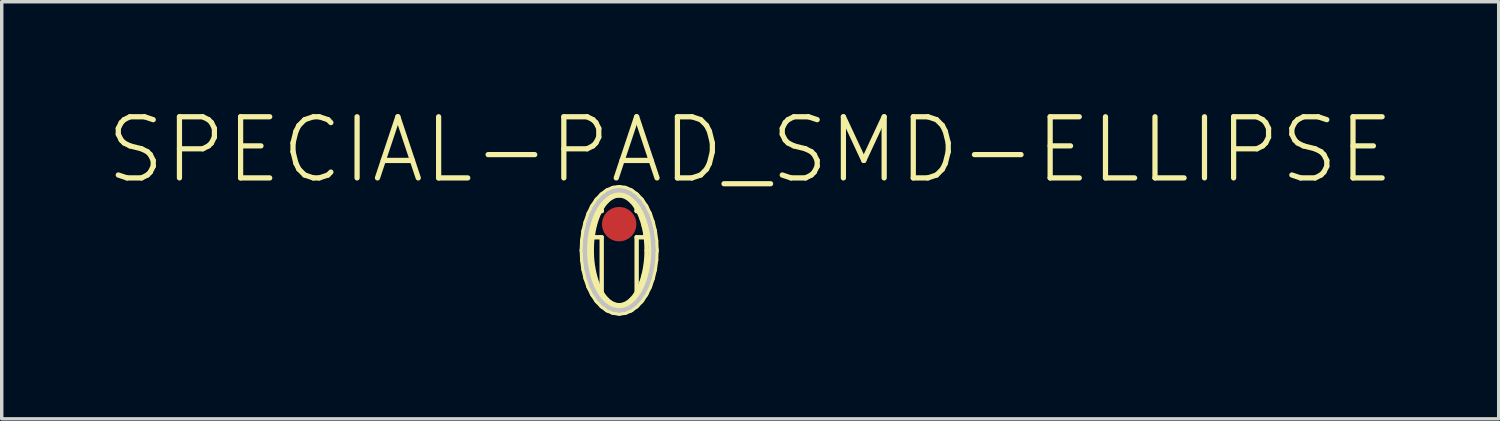
<source format=kicad_pcb>
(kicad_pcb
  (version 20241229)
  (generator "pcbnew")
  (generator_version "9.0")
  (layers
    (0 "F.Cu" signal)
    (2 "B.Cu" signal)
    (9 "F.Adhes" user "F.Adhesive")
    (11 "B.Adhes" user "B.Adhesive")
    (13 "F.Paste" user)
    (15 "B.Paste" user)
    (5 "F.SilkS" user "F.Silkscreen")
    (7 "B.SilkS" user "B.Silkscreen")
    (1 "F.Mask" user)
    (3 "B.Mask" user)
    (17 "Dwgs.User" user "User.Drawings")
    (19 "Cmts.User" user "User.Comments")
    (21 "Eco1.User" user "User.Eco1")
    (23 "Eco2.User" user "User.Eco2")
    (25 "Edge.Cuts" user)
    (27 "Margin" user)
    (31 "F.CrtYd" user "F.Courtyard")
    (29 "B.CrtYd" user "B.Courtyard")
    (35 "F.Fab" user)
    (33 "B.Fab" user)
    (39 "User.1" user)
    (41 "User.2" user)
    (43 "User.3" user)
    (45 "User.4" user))
  (footprint "SPECIAL-PAD_SMD-ELLIPSE"
    (layer "F.Cu")
    (at 14.952 3.467)
    (property "Reference" "SPECIAL-PAD_SMD-ELLIPSE" (at 3.81 -2.159 0) (layer "F.SilkS") (effects (font (size 1.778 1.778) (thickness 0.152))))
    (attr smd)
    (fp_line (start -1.016 0.381) (end -1.016 1.016) (stroke (width 0.127) (type solid)) (layer "F.SilkS"))
    (fp_line (start -1.016 1.016) (end -0.889 1.778) (stroke (width 0.127) (type solid)) (layer "F.SilkS"))
    (fp_line (start -0.998 0.762) (end -0.986 1.034) (stroke (width 0.302) (type solid)) (layer "F.SilkS"))
    (fp_line (start -0.986 0.488) (end -0.998 0.762) (stroke (width 0.302) (type solid)) (layer "F.SilkS"))
    (fp_line (start -0.986 1.034) (end -0.95 1.3) (stroke (width 0.302) (type solid)) (layer "F.SilkS"))
    (fp_line (start -0.95 0.221) (end -0.986 0.488) (stroke (width 0.302) (type solid)) (layer "F.SilkS"))
    (fp_line (start -0.95 1.3) (end -0.889 1.554) (stroke (width 0.302) (type solid)) (layer "F.SilkS"))
    (fp_line (start -0.889 -0.03) (end -0.95 0.221) (stroke (width 0.302) (type solid)) (layer "F.SilkS"))
    (fp_line (start -0.889 1.554) (end -0.808 1.791) (stroke (width 0.302) (type solid)) (layer "F.SilkS"))
    (fp_line (start -0.889 1.778) (end -0.635 2.159) (stroke (width 0.127) (type solid)) (layer "F.SilkS"))
    (fp_line (start -0.808 -0.267) (end -0.889 -0.03) (stroke (width 0.302) (type solid)) (layer "F.SilkS"))
    (fp_line (start -0.808 1.791) (end -0.706 1.999) (stroke (width 0.302) (type solid)) (layer "F.SilkS"))
    (fp_line (start -0.798 0.762) (end -0.79 1.011) (stroke (width 0.127) (type solid)) (layer "F.SilkS"))
    (fp_line (start -0.79 0.511) (end -0.798 0.762) (stroke (width 0.127) (type solid)) (layer "F.SilkS"))
    (fp_line (start -0.79 1.011) (end -0.759 1.255) (stroke (width 0.127) (type solid)) (layer "F.SilkS"))
    (fp_line (start -0.762 -0.381) (end -0.508 -0.381) (stroke (width 0.127) (type solid)) (layer "F.SilkS"))
    (fp_line (start -0.759 0.267) (end -0.79 0.511) (stroke (width 0.127) (type solid)) (layer "F.SilkS"))
    (fp_line (start -0.759 1.255) (end -0.711 1.486) (stroke (width 0.127) (type solid)) (layer "F.SilkS"))
    (fp_line (start -0.711 0.036) (end -0.759 0.267) (stroke (width 0.127) (type solid)) (layer "F.SilkS"))
    (fp_line (start -0.711 1.486) (end -0.645 1.702) (stroke (width 0.127) (type solid)) (layer "F.SilkS"))
    (fp_line (start -0.706 -0.475) (end -0.808 -0.267) (stroke (width 0.302) (type solid)) (layer "F.SilkS"))
    (fp_line (start -0.706 1.999) (end -0.587 2.177) (stroke (width 0.302) (type solid)) (layer "F.SilkS"))
    (fp_line (start -0.645 -0.178) (end -0.711 0.036) (stroke (width 0.127) (type solid)) (layer "F.SilkS"))
    (fp_line (start -0.645 1.702) (end -0.564 1.892) (stroke (width 0.127) (type solid)) (layer "F.SilkS"))
    (fp_line (start -0.635 2.159) (end -0.508 2.286) (stroke (width 0.127) (type solid)) (layer "F.SilkS"))
    (fp_line (start -0.587 -0.653) (end -0.706 -0.475) (stroke (width 0.302) (type solid)) (layer "F.SilkS"))
    (fp_line (start -0.587 2.177) (end -0.452 2.319) (stroke (width 0.302) (type solid)) (layer "F.SilkS"))
    (fp_line (start -0.564 -0.368) (end -0.645 -0.178) (stroke (width 0.127) (type solid)) (layer "F.SilkS"))
    (fp_line (start -0.564 1.892) (end -0.47 2.055) (stroke (width 0.127) (type solid)) (layer "F.SilkS"))
    (fp_line (start -0.508 -0.762) (end -0.762 -0.381) (stroke (width 0.127) (type solid)) (layer "F.SilkS"))
    (fp_line (start -0.508 -0.381) (end -0.508 -0.762) (stroke (width 0.127) (type solid)) (layer "F.SilkS"))
    (fp_line (start -0.508 0.381) (end -1.016 0.381) (stroke (width 0.127) (type solid)) (layer "F.SilkS"))
    (fp_line (start -0.508 2.286) (end -0.508 0.381) (stroke (width 0.127) (type solid)) (layer "F.SilkS"))
    (fp_line (start -0.47 -0.531) (end -0.564 -0.368) (stroke (width 0.127) (type solid)) (layer "F.SilkS"))
    (fp_line (start -0.47 2.055) (end -0.361 2.187) (stroke (width 0.127) (type solid)) (layer "F.SilkS"))
    (fp_line (start -0.452 -0.795) (end -0.587 -0.653) (stroke (width 0.302) (type solid)) (layer "F.SilkS"))
    (fp_line (start -0.452 2.319) (end -0.307 2.426) (stroke (width 0.302) (type solid)) (layer "F.SilkS"))
    (fp_line (start -0.361 -0.663) (end -0.47 -0.531) (stroke (width 0.127) (type solid)) (layer "F.SilkS"))
    (fp_line (start -0.361 2.187) (end -0.246 2.283) (stroke (width 0.127) (type solid)) (layer "F.SilkS"))
    (fp_line (start -0.307 -0.902) (end -0.452 -0.795) (stroke (width 0.302) (type solid)) (layer "F.SilkS"))
    (fp_line (start -0.307 2.426) (end -0.155 2.489) (stroke (width 0.302) (type solid)) (layer "F.SilkS"))
    (fp_line (start -0.246 -0.759) (end -0.361 -0.663) (stroke (width 0.127) (type solid)) (layer "F.SilkS"))
    (fp_line (start -0.246 2.283) (end -0.124 2.342) (stroke (width 0.127) (type solid)) (layer "F.SilkS"))
    (fp_line (start -0.155 -0.965) (end -0.307 -0.902) (stroke (width 0.302) (type solid)) (layer "F.SilkS"))
    (fp_line (start -0.155 2.489) (end 0 2.51) (stroke (width 0.302) (type solid)) (layer "F.SilkS"))
    (fp_line (start -0.124 -0.818) (end -0.246 -0.759) (stroke (width 0.127) (type solid)) (layer "F.SilkS"))
    (fp_line (start -0.124 2.342) (end 0 2.36) (stroke (width 0.127) (type solid)) (layer "F.SilkS"))
    (fp_line (start 0 -0.986) (end -0.155 -0.965) (stroke (width 0.302) (type solid)) (layer "F.SilkS"))
    (fp_line (start 0 -0.836) (end -0.124 -0.818) (stroke (width 0.127) (type solid)) (layer "F.SilkS"))
    (fp_line (start 0 2.36) (end 0.124 2.342) (stroke (width 0.127) (type solid)) (layer "F.SilkS"))
    (fp_line (start 0 2.51) (end 0.155 2.489) (stroke (width 0.302) (type solid)) (layer "F.SilkS"))
    (fp_line (start 0.124 -0.818) (end 0 -0.836) (stroke (width 0.127) (type solid)) (layer "F.SilkS"))
    (fp_line (start 0.124 2.342) (end 0.246 2.283) (stroke (width 0.127) (type solid)) (layer "F.SilkS"))
    (fp_line (start 0.155 -0.965) (end 0 -0.986) (stroke (width 0.302) (type solid)) (layer "F.SilkS"))
    (fp_line (start 0.155 2.489) (end 0.307 2.426) (stroke (width 0.302) (type solid)) (layer "F.SilkS"))
    (fp_line (start 0.246 -0.759) (end 0.124 -0.818) (stroke (width 0.127) (type solid)) (layer "F.SilkS"))
    (fp_line (start 0.246 2.283) (end 0.361 2.187) (stroke (width 0.127) (type solid)) (layer "F.SilkS"))
    (fp_line (start 0.307 -0.902) (end 0.155 -0.965) (stroke (width 0.302) (type solid)) (layer "F.SilkS"))
    (fp_line (start 0.307 2.426) (end 0.452 2.319) (stroke (width 0.302) (type solid)) (layer "F.SilkS"))
    (fp_line (start 0.361 -0.663) (end 0.246 -0.759) (stroke (width 0.127) (type solid)) (layer "F.SilkS"))
    (fp_line (start 0.361 2.187) (end 0.47 2.055) (stroke (width 0.127) (type solid)) (layer "F.SilkS"))
    (fp_line (start 0.452 -0.795) (end 0.307 -0.902) (stroke (width 0.302) (type solid)) (layer "F.SilkS"))
    (fp_line (start 0.452 2.319) (end 0.587 2.177) (stroke (width 0.302) (type solid)) (layer "F.SilkS"))
    (fp_line (start 0.47 -0.531) (end 0.361 -0.663) (stroke (width 0.127) (type solid)) (layer "F.SilkS"))
    (fp_line (start 0.47 2.055) (end 0.564 1.892) (stroke (width 0.127) (type solid)) (layer "F.SilkS"))
    (fp_line (start 0.508 -0.762) (end 0.762 -0.381) (stroke (width 0.127) (type solid)) (layer "F.SilkS"))
    (fp_line (start 0.508 -0.381) (end 0.508 -0.762) (stroke (width 0.127) (type solid)) (layer "F.SilkS"))
    (fp_line (start 0.508 0.381) (end 1.016 0.381) (stroke (width 0.127) (type solid)) (layer "F.SilkS"))
    (fp_line (start 0.508 2.286) (end 0.508 0.381) (stroke (width 0.127) (type solid)) (layer "F.SilkS"))
    (fp_line (start 0.564 -0.368) (end 0.47 -0.531) (stroke (width 0.127) (type solid)) (layer "F.SilkS"))
    (fp_line (start 0.564 1.892) (end 0.645 1.702) (stroke (width 0.127) (type solid)) (layer "F.SilkS"))
    (fp_line (start 0.587 -0.653) (end 0.452 -0.795) (stroke (width 0.302) (type solid)) (layer "F.SilkS"))
    (fp_line (start 0.587 2.177) (end 0.706 1.999) (stroke (width 0.302) (type solid)) (layer "F.SilkS"))
    (fp_line (start 0.635 2.159) (end 0.508 2.286) (stroke (width 0.127) (type solid)) (layer "F.SilkS"))
    (fp_line (start 0.645 -0.178) (end 0.564 -0.368) (stroke (width 0.127) (type solid)) (layer "F.SilkS"))
    (fp_line (start 0.645 1.702) (end 0.711 1.486) (stroke (width 0.127) (type solid)) (layer "F.SilkS"))
    (fp_line (start 0.706 -0.475) (end 0.587 -0.653) (stroke (width 0.302) (type solid)) (layer "F.SilkS"))
    (fp_line (start 0.706 1.999) (end 0.808 1.791) (stroke (width 0.302) (type solid)) (layer "F.SilkS"))
    (fp_line (start 0.711 0.036) (end 0.645 -0.178) (stroke (width 0.127) (type solid)) (layer "F.SilkS"))
    (fp_line (start 0.711 1.486) (end 0.759 1.255) (stroke (width 0.127) (type solid)) (layer "F.SilkS"))
    (fp_line (start 0.759 0.267) (end 0.711 0.036) (stroke (width 0.127) (type solid)) (layer "F.SilkS"))
    (fp_line (start 0.759 1.255) (end 0.79 1.011) (stroke (width 0.127) (type solid)) (layer "F.SilkS"))
    (fp_line (start 0.762 -0.381) (end 0.508 -0.381) (stroke (width 0.127) (type solid)) (layer "F.SilkS"))
    (fp_line (start 0.79 0.511) (end 0.759 0.267) (stroke (width 0.127) (type solid)) (layer "F.SilkS"))
    (fp_line (start 0.79 1.011) (end 0.798 0.762) (stroke (width 0.127) (type solid)) (layer "F.SilkS"))
    (fp_line (start 0.798 0.762) (end 0.79 0.511) (stroke (width 0.127) (type solid)) (layer "F.SilkS"))
    (fp_line (start 0.808 -0.267) (end 0.706 -0.475) (stroke (width 0.302) (type solid)) (layer "F.SilkS"))
    (fp_line (start 0.808 1.791) (end 0.889 1.554) (stroke (width 0.302) (type solid)) (layer "F.SilkS"))
    (fp_line (start 0.889 -0.03) (end 0.808 -0.267) (stroke (width 0.302) (type solid)) (layer "F.SilkS"))
    (fp_line (start 0.889 1.554) (end 0.95 1.3) (stroke (width 0.302) (type solid)) (layer "F.SilkS"))
    (fp_line (start 0.889 1.778) (end 0.635 2.159) (stroke (width 0.127) (type solid)) (layer "F.SilkS"))
    (fp_line (start 0.95 0.221) (end 0.889 -0.03) (stroke (width 0.302) (type solid)) (layer "F.SilkS"))
    (fp_line (start 0.95 1.3) (end 0.986 1.034) (stroke (width 0.302) (type solid)) (layer "F.SilkS"))
    (fp_line (start 0.986 0.488) (end 0.95 0.221) (stroke (width 0.302) (type solid)) (layer "F.SilkS"))
    (fp_line (start 0.986 1.034) (end 0.998 0.762) (stroke (width 0.302) (type solid)) (layer "F.SilkS"))
    (fp_line (start 0.998 0.762) (end 0.986 0.488) (stroke (width 0.302) (type solid)) (layer "F.SilkS"))
    (fp_line (start 1.016 0.381) (end 1.016 1.016) (stroke (width 0.127) (type solid)) (layer "F.SilkS"))
    (fp_line (start 1.016 1.016) (end 0.889 1.778) (stroke (width 0.127) (type solid)) (layer "F.SilkS"))
    (fp_line (start -0.998 0.762) (end -0.986 1.034) (stroke (width 0.127) (type solid)) (layer "Dwgs.User"))
    (fp_line (start -0.986 0.488) (end -0.998 0.762) (stroke (width 0.127) (type solid)) (layer "Dwgs.User"))
    (fp_line (start -0.986 1.034) (end -0.95 1.3) (stroke (width 0.127) (type solid)) (layer "Dwgs.User"))
    (fp_line (start -0.95 0.221) (end -0.986 0.488) (stroke (width 0.127) (type solid)) (layer "Dwgs.User"))
    (fp_line (start -0.95 1.3) (end -0.889 1.554) (stroke (width 0.127) (type solid)) (layer "Dwgs.User"))
    (fp_line (start -0.889 -0.03) (end -0.95 0.221) (stroke (width 0.127) (type solid)) (layer "Dwgs.User"))
    (fp_line (start -0.889 1.554) (end -0.808 1.791) (stroke (width 0.127) (type solid)) (layer "Dwgs.User"))
    (fp_line (start -0.808 -0.267) (end -0.889 -0.03) (stroke (width 0.127) (type solid)) (layer "Dwgs.User"))
    (fp_line (start -0.808 1.791) (end -0.706 1.999) (stroke (width 0.127) (type solid)) (layer "Dwgs.User"))
    (fp_line (start -0.706 -0.475) (end -0.808 -0.267) (stroke (width 0.127) (type solid)) (layer "Dwgs.User"))
    (fp_line (start -0.706 1.999) (end -0.587 2.177) (stroke (width 0.127) (type solid)) (layer "Dwgs.User"))
    (fp_line (start -0.587 -0.653) (end -0.706 -0.475) (stroke (width 0.127) (type solid)) (layer "Dwgs.User"))
    (fp_line (start -0.587 2.177) (end -0.452 2.319) (stroke (width 0.127) (type solid)) (layer "Dwgs.User"))
    (fp_line (start -0.452 -0.795) (end -0.587 -0.653) (stroke (width 0.127) (type solid)) (layer "Dwgs.User"))
    (fp_line (start -0.452 2.319) (end -0.307 2.426) (stroke (width 0.127) (type solid)) (layer "Dwgs.User"))
    (fp_line (start -0.307 -0.902) (end -0.452 -0.795) (stroke (width 0.127) (type solid)) (layer "Dwgs.User"))
    (fp_line (start -0.307 2.426) (end -0.155 2.489) (stroke (width 0.127) (type solid)) (layer "Dwgs.User"))
    (fp_line (start -0.155 -0.965) (end -0.307 -0.902) (stroke (width 0.127) (type solid)) (layer "Dwgs.User"))
    (fp_line (start -0.155 2.489) (end 0 2.51) (stroke (width 0.127) (type solid)) (layer "Dwgs.User"))
    (fp_line (start 0 -0.986) (end -0.155 -0.965) (stroke (width 0.127) (type solid)) (layer "Dwgs.User"))
    (fp_line (start 0 2.51) (end 0.155 2.489) (stroke (width 0.127) (type solid)) (layer "Dwgs.User"))
    (fp_line (start 0.155 -0.965) (end 0 -0.986) (stroke (width 0.127) (type solid)) (layer "Dwgs.User"))
    (fp_line (start 0.155 2.489) (end 0.307 2.426) (stroke (width 0.127) (type solid)) (layer "Dwgs.User"))
    (fp_line (start 0.307 -0.902) (end 0.155 -0.965) (stroke (width 0.127) (type solid)) (layer "Dwgs.User"))
    (fp_line (start 0.307 2.426) (end 0.452 2.319) (stroke (width 0.127) (type solid)) (layer "Dwgs.User"))
    (fp_line (start 0.452 -0.795) (end 0.307 -0.902) (stroke (width 0.127) (type solid)) (layer "Dwgs.User"))
    (fp_line (start 0.452 2.319) (end 0.587 2.177) (stroke (width 0.127) (type solid)) (layer "Dwgs.User"))
    (fp_line (start 0.587 -0.653) (end 0.452 -0.795) (stroke (width 0.127) (type solid)) (layer "Dwgs.User"))
    (fp_line (start 0.587 2.177) (end 0.706 1.999) (stroke (width 0.127) (type solid)) (layer "Dwgs.User"))
    (fp_line (start 0.706 -0.475) (end 0.587 -0.653) (stroke (width 0.127) (type solid)) (layer "Dwgs.User"))
    (fp_line (start 0.706 1.999) (end 0.808 1.791) (stroke (width 0.127) (type solid)) (layer "Dwgs.User"))
    (fp_line (start 0.808 -0.267) (end 0.706 -0.475) (stroke (width 0.127) (type solid)) (layer "Dwgs.User"))
    (fp_line (start 0.808 1.791) (end 0.889 1.554) (stroke (width 0.127) (type solid)) (layer "Dwgs.User"))
    (fp_line (start 0.889 -0.03) (end 0.808 -0.267) (stroke (width 0.127) (type solid)) (layer "Dwgs.User"))
    (fp_line (start 0.889 1.554) (end 0.95 1.3) (stroke (width 0.127) (type solid)) (layer "Dwgs.User"))
    (fp_line (start 0.95 0.221) (end 0.889 -0.03) (stroke (width 0.127) (type solid)) (layer "Dwgs.User"))
    (fp_line (start 0.95 1.3) (end 0.986 1.034) (stroke (width 0.127) (type solid)) (layer "Dwgs.User"))
    (fp_line (start 0.986 0.488) (end 0.95 0.221) (stroke (width 0.127) (type solid)) (layer "Dwgs.User"))
    (fp_line (start 0.986 1.034) (end 0.998 0.762) (stroke (width 0.127) (type solid)) (layer "Dwgs.User"))
    (fp_line (start 0.998 0.762) (end 0.986 0.488) (stroke (width 0.127) (type solid)) (layer "Dwgs.User"))
    (pad "1" smd circle (at 0 0) (size 0.998 0.998) (layers "F.Cu" "F.Mask" "F.Paste")))
  (gr_rect
    (start -3 -3)
    (end 40.524 9.127)
    (stroke (width 0.1) (type default))
    (fill no)
    (layer "Edge.Cuts")))
</source>
